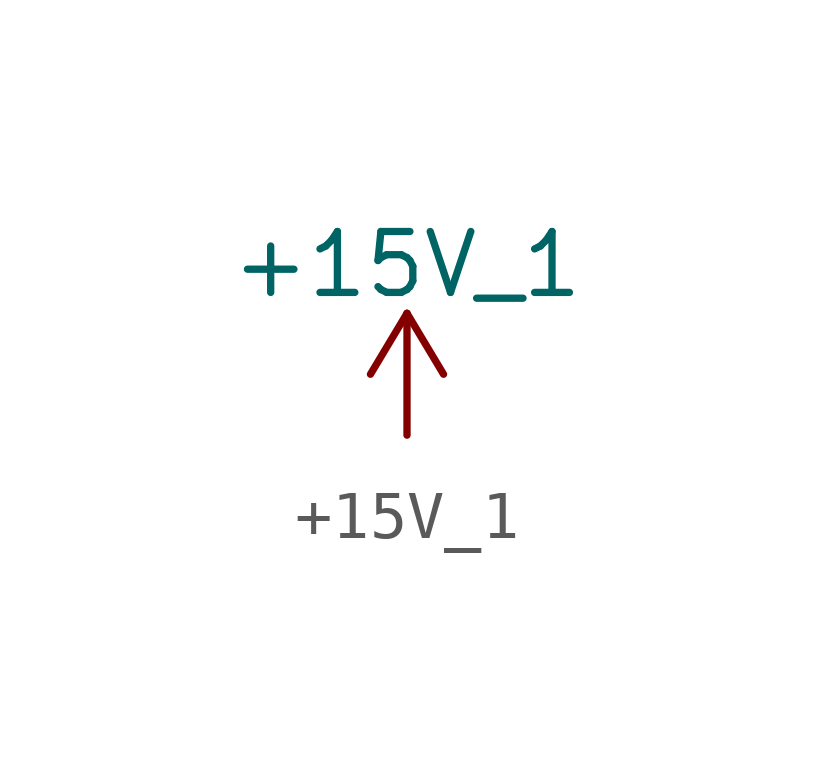
<source format=kicad_sym>
(kicad_symbol_lib
  (version 20211014)
  (generator kicad_symbol_editor)
  (symbol "+15V_1"
    (power)
    (pin_names
      (offset 0))
    (property "Reference" "#PWR"
      (at 0 -3.81 0)
      (effects (font (size 1.27 1.27)) hide))
    (property "Value" "+15V_1"
      (at 0 3.556 0)
      (effects (font (size 1.27 1.27))))
    (symbol "+15V_1_0_1"
      (polyline (pts (xy -0.762 1.27) (xy 0 2.54)) (stroke (width 0) (type default) (color 0 0 0 0)) (fill (type none)))
      (polyline (pts (xy 0 0) (xy 0 2.54)) (stroke (width 0) (type default) (color 0 0 0 0)) (fill (type none)))
      (polyline (pts (xy 0 2.54) (xy 0.762 1.27)) (stroke (width 0) (type default) (color 0 0 0 0)) (fill (type none))))
    (symbol "+15V_1_1_1"
      (pin power_in line (at 0 0 90) (length 0) hide (name "+15V_1" (effects (font (size 1.27 1.27)))) (number "1" (effects (font (size 1.27 1.27))))))))
</source>
